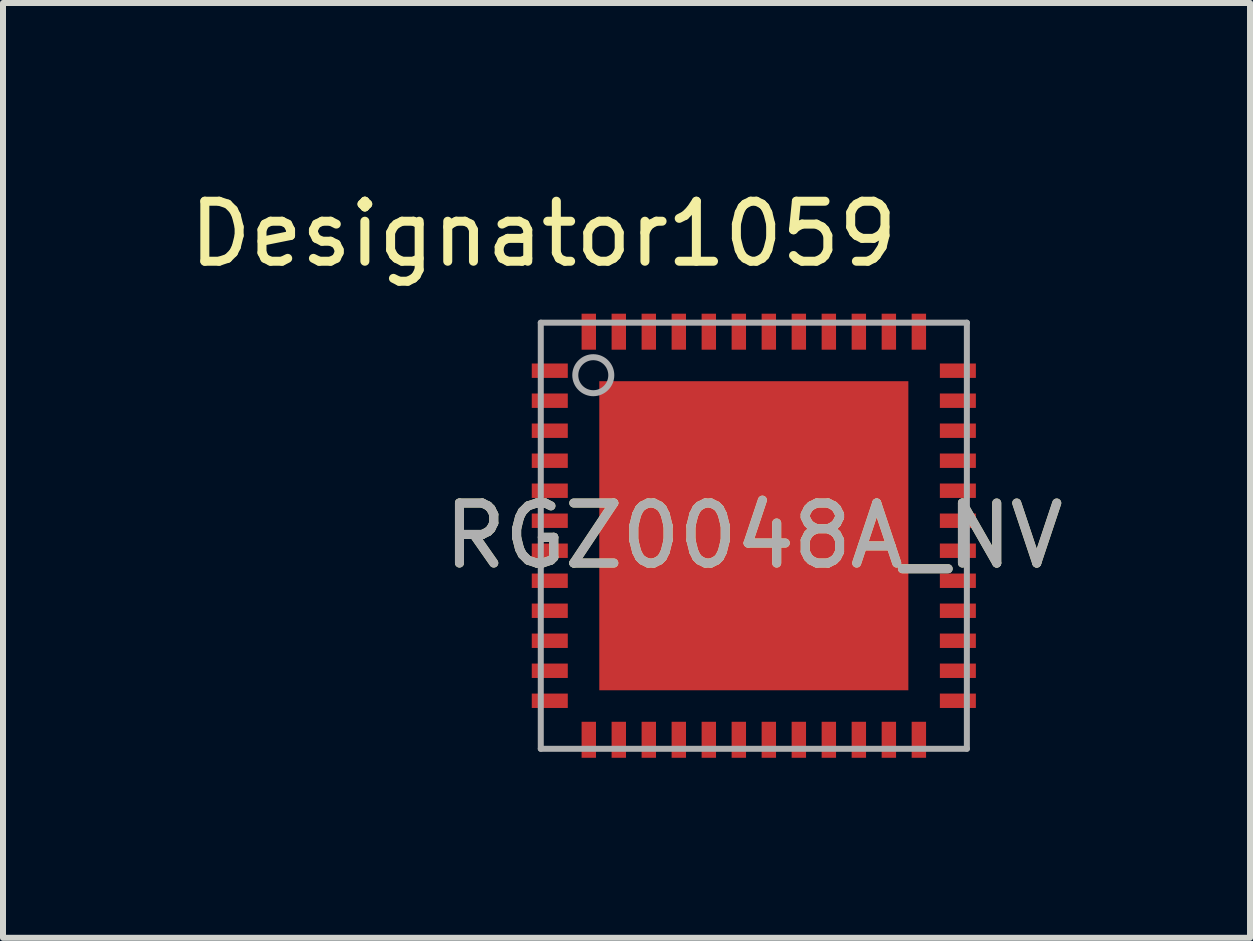
<source format=kicad_pcb>
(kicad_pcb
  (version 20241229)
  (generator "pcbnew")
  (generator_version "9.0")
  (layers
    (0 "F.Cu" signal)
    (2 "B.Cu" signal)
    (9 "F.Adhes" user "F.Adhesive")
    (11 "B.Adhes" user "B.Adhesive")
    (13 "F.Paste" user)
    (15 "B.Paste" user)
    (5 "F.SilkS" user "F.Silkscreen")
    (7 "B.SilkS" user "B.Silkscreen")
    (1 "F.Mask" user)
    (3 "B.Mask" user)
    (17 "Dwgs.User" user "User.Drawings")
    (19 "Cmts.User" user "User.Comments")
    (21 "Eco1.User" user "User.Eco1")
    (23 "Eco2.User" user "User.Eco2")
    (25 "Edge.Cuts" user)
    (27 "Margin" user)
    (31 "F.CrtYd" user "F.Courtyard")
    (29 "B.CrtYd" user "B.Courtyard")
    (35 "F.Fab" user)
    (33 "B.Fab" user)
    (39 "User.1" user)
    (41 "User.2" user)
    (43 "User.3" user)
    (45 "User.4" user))
  (footprint "RGZ0048A_NV"
    (layer "F.Cu")
    (at 9.511 5.877)
    (property "Reference" "RGZ0048A_NV" (at 0 0 0) (unlocked yes) (layer "F.SilkS") (effects (font (size 1 1) (thickness 0.15))))
    (attr smd)
    (fp_poly (pts (xy -1.36 -1.41) (xy -1.36 -2.37) (xy -1.41 -2.42) (xy -2.37 -2.42) (xy -2.42 -2.37) (xy -2.42 -1.41) (xy -2.37 -1.36) (xy -1.41 -1.36)) (stroke (width 0) (type solid)) (fill yes) (layer "F.Paste"))
    (fp_poly (pts (xy -1.36 -0.15) (xy -1.36 -1.11) (xy -1.41 -1.16) (xy -2.37 -1.16) (xy -2.42 -1.11) (xy -2.42 -0.15) (xy -2.37 -0.1) (xy -1.41 -0.1)) (stroke (width 0) (type solid)) (fill yes) (layer "F.Paste"))
    (fp_poly (pts (xy -1.36 0.15) (xy -1.36 1.11) (xy -1.41 1.16) (xy -2.37 1.16) (xy -2.42 1.11) (xy -2.42 0.15) (xy -2.37 0.1) (xy -1.41 0.1)) (stroke (width 0) (type solid)) (fill yes) (layer "F.Paste"))
    (fp_poly (pts (xy -1.36 1.41) (xy -1.36 2.37) (xy -1.41 2.42) (xy -2.37 2.42) (xy -2.42 2.37) (xy -2.42 1.41) (xy -2.37 1.36) (xy -1.41 1.36)) (stroke (width 0) (type solid)) (fill yes) (layer "F.Paste"))
    (fp_poly (pts (xy -0.1 -1.41) (xy -0.1 -2.37) (xy -0.15 -2.42) (xy -1.11 -2.42) (xy -1.16 -2.37) (xy -1.16 -1.41) (xy -1.11 -1.36) (xy -0.15 -1.36)) (stroke (width 0) (type solid)) (fill yes) (layer "F.Paste"))
    (fp_poly (pts (xy -0.1 -0.15) (xy -0.1 -1.11) (xy -0.15 -1.16) (xy -1.11 -1.16) (xy -1.16 -1.11) (xy -1.16 -0.15) (xy -1.11 -0.1) (xy -0.15 -0.1)) (stroke (width 0) (type solid)) (fill yes) (layer "F.Paste"))
    (fp_poly (pts (xy -0.1 0.15) (xy -0.1 1.11) (xy -0.15 1.16) (xy -1.11 1.16) (xy -1.16 1.11) (xy -1.16 0.15) (xy -1.11 0.1) (xy -0.15 0.1)) (stroke (width 0) (type solid)) (fill yes) (layer "F.Paste"))
    (fp_poly (pts (xy -0.1 1.41) (xy -0.1 2.37) (xy -0.15 2.42) (xy -1.11 2.42) (xy -1.16 2.37) (xy -1.16 1.41) (xy -1.11 1.36) (xy -0.15 1.36)) (stroke (width 0) (type solid)) (fill yes) (layer "F.Paste"))
    (fp_poly (pts (xy 0.1 -1.41) (xy 0.1 -2.37) (xy 0.15 -2.42) (xy 1.11 -2.42) (xy 1.16 -2.37) (xy 1.16 -1.41) (xy 1.11 -1.36) (xy 0.15 -1.36)) (stroke (width 0) (type solid)) (fill yes) (layer "F.Paste"))
    (fp_poly (pts (xy 0.1 -0.15) (xy 0.1 -1.11) (xy 0.15 -1.16) (xy 1.11 -1.16) (xy 1.16 -1.11) (xy 1.16 -0.15) (xy 1.11 -0.1) (xy 0.15 -0.1)) (stroke (width 0) (type solid)) (fill yes) (layer "F.Paste"))
    (fp_poly (pts (xy 0.1 0.15) (xy 0.1 1.11) (xy 0.15 1.16) (xy 1.11 1.16) (xy 1.16 1.11) (xy 1.16 0.15) (xy 1.11 0.1) (xy 0.15 0.1)) (stroke (width 0) (type solid)) (fill yes) (layer "F.Paste"))
    (fp_poly (pts (xy 0.1 1.41) (xy 0.1 2.37) (xy 0.15 2.42) (xy 1.11 2.42) (xy 1.16 2.37) (xy 1.16 1.41) (xy 1.11 1.36) (xy 0.15 1.36)) (stroke (width 0) (type solid)) (fill yes) (layer "F.Paste"))
    (fp_poly (pts (xy 1.36 -1.41) (xy 1.36 -2.37) (xy 1.41 -2.42) (xy 2.37 -2.42) (xy 2.42 -2.37) (xy 2.42 -1.41) (xy 2.37 -1.36) (xy 1.41 -1.36)) (stroke (width 0) (type solid)) (fill yes) (layer "F.Paste"))
    (fp_poly (pts (xy 1.36 -0.15) (xy 1.36 -1.11) (xy 1.41 -1.16) (xy 2.37 -1.16) (xy 2.42 -1.11) (xy 2.42 -0.15) (xy 2.37 -0.1) (xy 1.41 -0.1)) (stroke (width 0) (type solid)) (fill yes) (layer "F.Paste"))
    (fp_poly (pts (xy 1.36 0.15) (xy 1.36 1.11) (xy 1.41 1.16) (xy 2.37 1.16) (xy 2.42 1.11) (xy 2.42 0.15) (xy 2.37 0.1) (xy 1.41 0.1)) (stroke (width 0) (type solid)) (fill yes) (layer "F.Paste"))
    (fp_poly (pts (xy 1.36 1.41) (xy 1.36 2.37) (xy 1.41 2.42) (xy 2.37 2.42) (xy 2.42 2.37) (xy 2.42 1.41) (xy 2.37 1.36) (xy 1.41 1.36)) (stroke (width 0) (type solid)) (fill yes) (layer "F.Paste"))
    (fp_line (start -3.55 -3.55) (end 3.55 -3.55) (stroke (width 0.1) (type solid)) (layer "F.Fab"))
    (fp_line (start -3.55 3.55) (end -3.55 -3.55) (stroke (width 0.1) (type solid)) (layer "F.Fab"))
    (fp_line (start -3.55 3.55) (end 3.55 3.55) (stroke (width 0.1) (type solid)) (layer "F.Fab"))
    (fp_line (start 3.55 3.55) (end 3.55 -3.55) (stroke (width 0.1) (type solid)) (layer "F.Fab"))
    (fp_circle (center -2.675 -2.675) (end -2.375 -2.675) (stroke (width 0.1) (type solid)) (fill no) (layer "F.Fab"))
    (fp_text user "Designator1059" (at -3.505 -5.029 0) (unlocked yes) (layer "F.SilkS") (effects (font (size 1 1) (thickness 0.15))))
    (fp_text user "${REFERENCE}" (at 0 0 0) (unlocked yes) (layer "F.Fab") (effects (font (size 1 1) (thickness 0.15))))
    (pad "1" smd rect (at -3.4 -2.75 90) (size 0.24 0.6) (layers "F.Cu" "F.Mask" "F.Paste"))
    (pad "2" smd rect (at -3.4 -2.25 90) (size 0.24 0.6) (layers "F.Cu" "F.Mask" "F.Paste"))
    (pad "3" smd rect (at -3.4 -1.75 90) (size 0.24 0.6) (layers "F.Cu" "F.Mask" "F.Paste"))
    (pad "4" smd rect (at -3.4 -1.25 90) (size 0.24 0.6) (layers "F.Cu" "F.Mask" "F.Paste"))
    (pad "5" smd rect (at -3.4 -0.75 90) (size 0.24 0.6) (layers "F.Cu" "F.Mask" "F.Paste"))
    (pad "6" smd rect (at -3.4 -0.25 90) (size 0.24 0.6) (layers "F.Cu" "F.Mask" "F.Paste"))
    (pad "7" smd rect (at -3.4 0.25 90) (size 0.24 0.6) (layers "F.Cu" "F.Mask" "F.Paste"))
    (pad "8" smd rect (at -3.4 0.75 90) (size 0.24 0.6) (layers "F.Cu" "F.Mask" "F.Paste"))
    (pad "9" smd rect (at -3.4 1.25 90) (size 0.24 0.6) (layers "F.Cu" "F.Mask" "F.Paste"))
    (pad "10" smd rect (at -3.4 1.75 90) (size 0.24 0.6) (layers "F.Cu" "F.Mask" "F.Paste"))
    (pad "11" smd rect (at -3.4 2.25 90) (size 0.24 0.6) (layers "F.Cu" "F.Mask" "F.Paste"))
    (pad "12" smd rect (at -3.4 2.75 90) (size 0.24 0.6) (layers "F.Cu" "F.Mask" "F.Paste"))
    (pad "13" smd rect (at -2.75 3.4) (size 0.24 0.6) (layers "F.Cu" "F.Mask" "F.Paste"))
    (pad "14" smd rect (at -2.25 3.4) (size 0.24 0.6) (layers "F.Cu" "F.Mask" "F.Paste"))
    (pad "15" smd rect (at -1.75 3.4) (size 0.24 0.6) (layers "F.Cu" "F.Mask" "F.Paste"))
    (pad "16" smd rect (at -1.25 3.4) (size 0.24 0.6) (layers "F.Cu" "F.Mask" "F.Paste"))
    (pad "17" smd rect (at -0.75 3.4) (size 0.24 0.6) (layers "F.Cu" "F.Mask" "F.Paste"))
    (pad "18" smd rect (at -0.25 3.4) (size 0.24 0.6) (layers "F.Cu" "F.Mask" "F.Paste"))
    (pad "19" smd rect (at 0.25 3.4) (size 0.24 0.6) (layers "F.Cu" "F.Mask" "F.Paste"))
    (pad "20" smd rect (at 0.75 3.4) (size 0.24 0.6) (layers "F.Cu" "F.Mask" "F.Paste"))
    (pad "21" smd rect (at 1.25 3.4) (size 0.24 0.6) (layers "F.Cu" "F.Mask" "F.Paste"))
    (pad "22" smd rect (at 1.75 3.4) (size 0.24 0.6) (layers "F.Cu" "F.Mask" "F.Paste"))
    (pad "23" smd rect (at 2.25 3.4) (size 0.24 0.6) (layers "F.Cu" "F.Mask" "F.Paste"))
    (pad "24" smd rect (at 2.75 3.4) (size 0.24 0.6) (layers "F.Cu" "F.Mask" "F.Paste"))
    (pad "25" smd rect (at 3.4 2.75 90) (size 0.24 0.6) (layers "F.Cu" "F.Mask" "F.Paste"))
    (pad "26" smd rect (at 3.4 2.25 90) (size 0.24 0.6) (layers "F.Cu" "F.Mask" "F.Paste"))
    (pad "27" smd rect (at 3.4 1.75 90) (size 0.24 0.6) (layers "F.Cu" "F.Mask" "F.Paste"))
    (pad "28" smd rect (at 3.4 1.25 90) (size 0.24 0.6) (layers "F.Cu" "F.Mask" "F.Paste"))
    (pad "29" smd rect (at 3.4 0.75 90) (size 0.24 0.6) (layers "F.Cu" "F.Mask" "F.Paste"))
    (pad "30" smd rect (at 3.4 0.25 90) (size 0.24 0.6) (layers "F.Cu" "F.Mask" "F.Paste"))
    (pad "31" smd rect (at 3.4 -0.25 90) (size 0.24 0.6) (layers "F.Cu" "F.Mask" "F.Paste"))
    (pad "32" smd rect (at 3.4 -0.75 90) (size 0.24 0.6) (layers "F.Cu" "F.Mask" "F.Paste"))
    (pad "33" smd rect (at 3.4 -1.25 90) (size 0.24 0.6) (layers "F.Cu" "F.Mask" "F.Paste"))
    (pad "34" smd rect (at 3.4 -1.75 90) (size 0.24 0.6) (layers "F.Cu" "F.Mask" "F.Paste"))
    (pad "35" smd rect (at 3.4 -2.25 90) (size 0.24 0.6) (layers "F.Cu" "F.Mask" "F.Paste"))
    (pad "36" smd rect (at 3.4 -2.75 90) (size 0.24 0.6) (layers "F.Cu" "F.Mask" "F.Paste"))
    (pad "37" smd rect (at 2.75 -3.4) (size 0.24 0.6) (layers "F.Cu" "F.Mask" "F.Paste"))
    (pad "38" smd rect (at 2.25 -3.4) (size 0.24 0.6) (layers "F.Cu" "F.Mask" "F.Paste"))
    (pad "39" smd rect (at 1.75 -3.4) (size 0.24 0.6) (layers "F.Cu" "F.Mask" "F.Paste"))
    (pad "40" smd rect (at 1.25 -3.4) (size 0.24 0.6) (layers "F.Cu" "F.Mask" "F.Paste"))
    (pad "41" smd rect (at 0.75 -3.4) (size 0.24 0.6) (layers "F.Cu" "F.Mask" "F.Paste"))
    (pad "42" smd rect (at 0.25 -3.4) (size 0.24 0.6) (layers "F.Cu" "F.Mask" "F.Paste"))
    (pad "43" smd rect (at -0.25 -3.4) (size 0.24 0.6) (layers "F.Cu" "F.Mask" "F.Paste"))
    (pad "44" smd rect (at -0.75 -3.4) (size 0.24 0.6) (layers "F.Cu" "F.Mask" "F.Paste"))
    (pad "45" smd rect (at -1.25 -3.4) (size 0.24 0.6) (layers "F.Cu" "F.Mask" "F.Paste"))
    (pad "46" smd rect (at -1.75 -3.4) (size 0.24 0.6) (layers "F.Cu" "F.Mask" "F.Paste"))
    (pad "47" smd rect (at -2.25 -3.4) (size 0.24 0.6) (layers "F.Cu" "F.Mask" "F.Paste"))
    (pad "48" smd rect (at -2.75 -3.4) (size 0.24 0.6) (layers "F.Cu" "F.Mask" "F.Paste"))
    (pad "49" smd rect (at 0 0) (size 5.15 5.15) (layers "F.Cu" "F.Mask")))
  (gr_rect
    (start -3 -3)
    (end 17.779 12.577)
    (stroke (width 0.1) (type default))
    (fill no)
    (layer "Edge.Cuts")))
</source>
